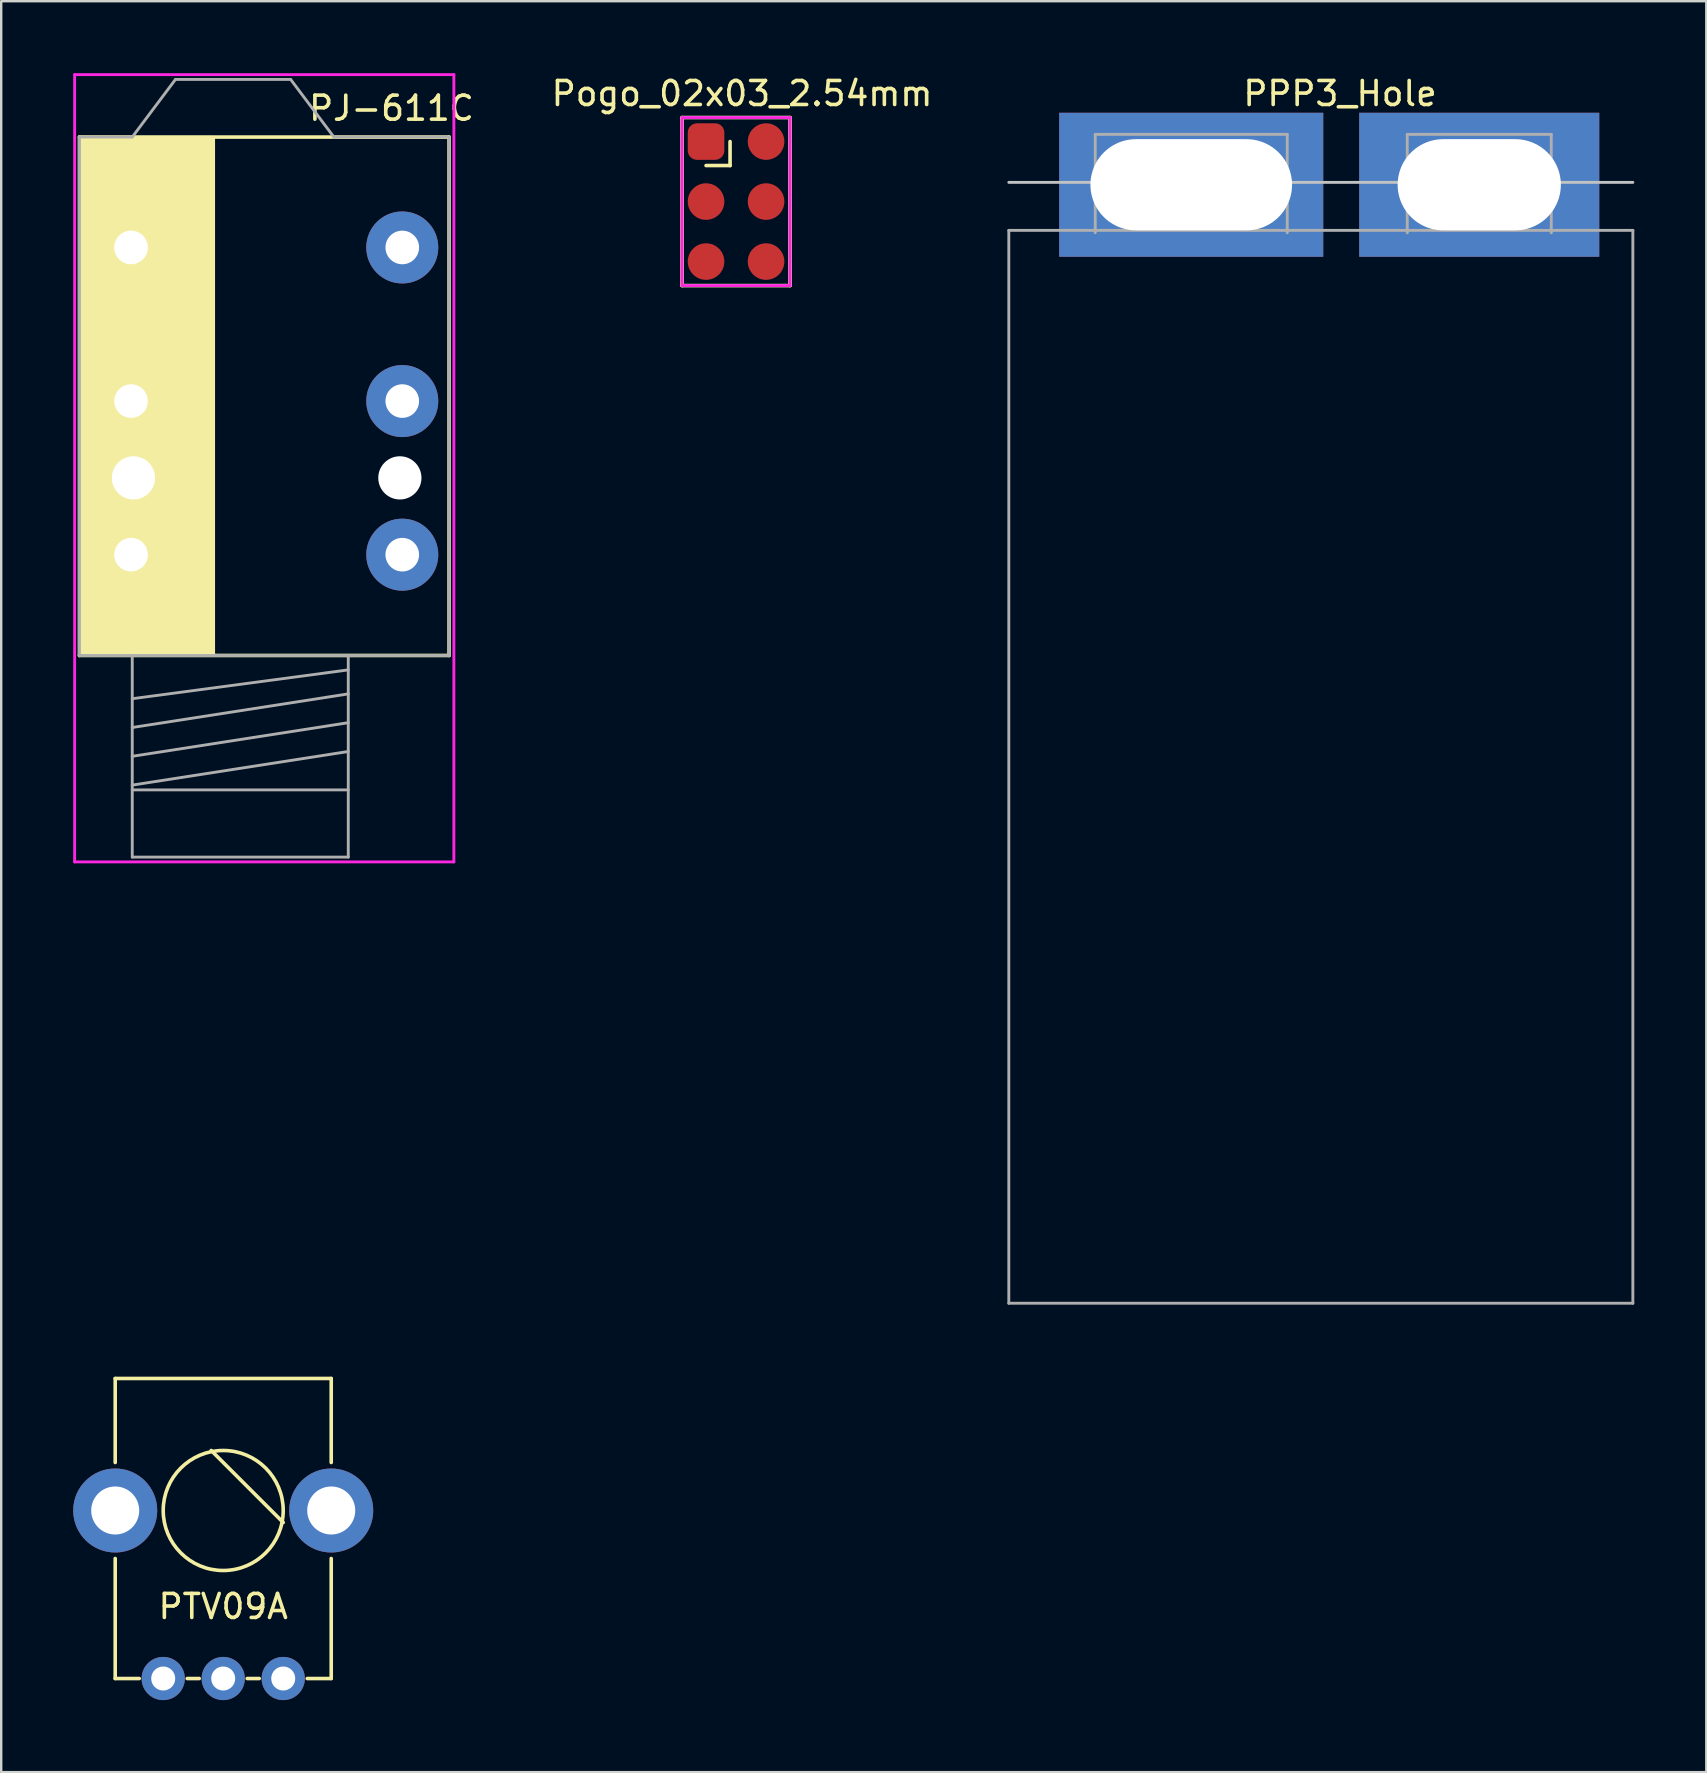
<source format=kicad_pcb>
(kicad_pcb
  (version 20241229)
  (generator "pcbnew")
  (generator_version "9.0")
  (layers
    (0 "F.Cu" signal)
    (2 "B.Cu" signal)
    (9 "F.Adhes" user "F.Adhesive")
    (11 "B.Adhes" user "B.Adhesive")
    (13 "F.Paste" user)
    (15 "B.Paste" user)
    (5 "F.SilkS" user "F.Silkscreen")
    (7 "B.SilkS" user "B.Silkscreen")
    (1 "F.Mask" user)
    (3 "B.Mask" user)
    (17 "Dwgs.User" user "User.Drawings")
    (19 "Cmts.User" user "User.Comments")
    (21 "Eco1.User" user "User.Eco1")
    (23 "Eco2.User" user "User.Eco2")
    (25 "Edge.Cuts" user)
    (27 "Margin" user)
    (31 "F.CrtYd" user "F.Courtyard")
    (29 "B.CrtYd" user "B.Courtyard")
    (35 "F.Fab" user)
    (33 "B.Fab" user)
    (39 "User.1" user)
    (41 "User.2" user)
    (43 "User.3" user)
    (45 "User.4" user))
  (footprint "PTV09A"
    (layer "F.Cu")
    (at 6.25 59.883)
    (property "Reference" "PTV09A" (at 0 4 0) (layer "F.SilkS") (effects (font (size 1 1) (thickness 0.15))))
    (attr through_hole)
    (fp_line (start -4.5 -5.5) (end 4.5 -5.5) (stroke (width 0.15) (type solid)) (layer "F.SilkS"))
    (fp_line (start -4.5 -2) (end -4.5 -5.5) (stroke (width 0.15) (type solid)) (layer "F.SilkS"))
    (fp_line (start -4.5 7) (end -4.5 2) (stroke (width 0.15) (type solid)) (layer "F.SilkS"))
    (fp_line (start -3.5 7) (end -4.5 7) (stroke (width 0.15) (type solid)) (layer "F.SilkS"))
    (fp_line (start -1.5 7) (end -1 7) (stroke (width 0.15) (type solid)) (layer "F.SilkS"))
    (fp_line (start -0.5 -2.5) (end 2.5 0.5) (stroke (width 0.15) (type solid)) (layer "F.SilkS"))
    (fp_line (start 1 7) (end 1.5 7) (stroke (width 0.15) (type solid)) (layer "F.SilkS"))
    (fp_line (start 3.5 7) (end 4.5 7) (stroke (width 0.15) (type solid)) (layer "F.SilkS"))
    (fp_line (start 4.5 -5.5) (end 4.5 -2) (stroke (width 0.15) (type solid)) (layer "F.SilkS"))
    (fp_line (start 4.5 7) (end 4.5 2) (stroke (width 0.15) (type solid)) (layer "F.SilkS"))
    (fp_circle (center 0 0) (end 2.5 0) (stroke (width 0.15) (type solid)) (fill no) (layer "F.SilkS"))
    (pad "1" thru_hole circle (at -2.5 7) (size 1.8 1.8) (drill 1) (layers "*.Cu" "*.Mask"))
    (pad "2" thru_hole circle (at 0 7) (size 1.8 1.8) (drill 1) (layers "*.Cu" "*.Mask"))
    (pad "3" thru_hole circle (at 2.5 7) (size 1.8 1.8) (drill 1) (layers "*.Cu" "*.Mask"))
    (pad "4" thru_hole circle (at -4.5 0) (size 3.5 3.5) (drill 2) (layers "*.Cu" "*.Mask"))
    (pad "4" thru_hole circle (at 4.5 0) (size 3.5 3.5) (drill 2) (layers "*.Cu" "*.Mask")))
  (footprint "Pogo_02x03_2.54mm"
    (layer "F.Cu")
    (at 26.367 2.848)
    (property "Reference" "Pogo_02x03_2.54mm" (at 1.5 -2 0) (layer "F.SilkS") (effects (font (size 1 1) (thickness 0.15))))
    (attr through_hole)
    (fp_line (start -1 -1) (end 3.5 -1) (stroke (width 0.15) (type solid)) (layer "F.SilkS"))
    (fp_line (start -1 6) (end -1 -1) (stroke (width 0.15) (type solid)) (layer "F.SilkS"))
    (fp_line (start 1 0) (end 1 1) (stroke (width 0.15) (type solid)) (layer "F.SilkS"))
    (fp_line (start 1 1) (end 0 1) (stroke (width 0.15) (type solid)) (layer "F.SilkS"))
    (fp_line (start 3.5 -1) (end 3.5 6) (stroke (width 0.15) (type solid)) (layer "F.SilkS"))
    (fp_line (start 3.5 6) (end -1 6) (stroke (width 0.15) (type solid)) (layer "F.SilkS"))
    (fp_line (start -1 -1) (end 3.5 -1) (stroke (width 0.12) (type solid)) (layer "F.CrtYd"))
    (fp_line (start -1 6) (end -1 -1) (stroke (width 0.12) (type solid)) (layer "F.CrtYd"))
    (fp_line (start 3.5 -1) (end 3.5 6) (stroke (width 0.12) (type solid)) (layer "F.CrtYd"))
    (fp_line (start 3.5 6) (end -1 6) (stroke (width 0.12) (type solid)) (layer "F.CrtYd"))
    (pad "1" smd roundrect (at 0 0) (size 1.524 1.524) (layers "F.Cu" "F.Mask" "F.Paste") (roundrect_rratio 0.25))
    (pad "2" smd circle (at 2.5 0) (size 1.524 1.524) (layers "F.Cu" "F.Mask" "F.Paste"))
    (pad "3" smd circle (at 0 2.5) (size 1.524 1.524) (layers "F.Cu" "F.Mask" "F.Paste"))
    (pad "4" smd circle (at 2.5 2.5) (size 1.524 1.524) (layers "F.Cu" "F.Mask" "F.Paste"))
    (pad "5" smd circle (at 0 5) (size 1.524 1.524) (layers "F.Cu" "F.Mask" "F.Paste"))
    (pad "6" smd circle (at 2.5 5) (size 1.524 1.524) (layers "F.Cu" "F.Mask" "F.Paste")))
  (footprint "PJ-611C"
    (layer "F.Cu")
    (at 6.66 16.86)
    (property "Reference" "PJ-611C" (at 6.6 -15.4 0) (layer "F.SilkS") (effects (font (size 1 1) (thickness 0.15))))
    (attr through_hole)
    (fp_line (start -6.4 -14.2) (end 9 -14.2) (stroke (width 0.15) (type solid)) (layer "F.SilkS"))
    (fp_line (start -6.4 7.4) (end -6.4 -14.2) (stroke (width 0.15) (type solid)) (layer "F.SilkS"))
    (fp_line (start 9 -14.2) (end 9 7.4) (stroke (width 0.15) (type solid)) (layer "F.SilkS"))
    (fp_line (start 9 7.4) (end -6.4 7.4) (stroke (width 0.15) (type solid)) (layer "F.SilkS"))
    (fp_poly (pts (xy -0.8 7.4) (xy -6.4 7.4) (xy -6.4 -14.2) (xy -0.8 -14.2)) (stroke (width 0.1) (type solid)) (fill yes) (layer "F.SilkS"))
    (fp_line (start -6.6 -16.8) (end 9.2 -16.8) (stroke (width 0.12) (type solid)) (layer "F.CrtYd"))
    (fp_line (start -6.6 16) (end -6.6 -16.8) (stroke (width 0.12) (type solid)) (layer "F.CrtYd"))
    (fp_line (start 9.2 -16.8) (end 9.2 16) (stroke (width 0.12) (type solid)) (layer "F.CrtYd"))
    (fp_line (start 9.2 16) (end -6.6 16) (stroke (width 0.12) (type solid)) (layer "F.CrtYd"))
    (fp_line (start -6.4 -14.2) (end -6.4 7.4) (stroke (width 0.12) (type solid)) (layer "F.Fab"))
    (fp_line (start -6.4 7.4) (end -4.2 7.4) (stroke (width 0.12) (type solid)) (layer "F.Fab"))
    (fp_line (start -4.2 -14.2) (end -6.4 -14.2) (stroke (width 0.12) (type solid)) (layer "F.Fab"))
    (fp_line (start -4.2 7.4) (end -4.2 15.8) (stroke (width 0.12) (type solid)) (layer "F.Fab"))
    (fp_line (start -4.2 7.4) (end 4.8 7.4) (stroke (width 0.12) (type solid)) (layer "F.Fab"))
    (fp_line (start -4.2 9.2) (end 4.8 8) (stroke (width 0.12) (type solid)) (layer "F.Fab"))
    (fp_line (start -4.2 10.4) (end 4.8 9) (stroke (width 0.12) (type solid)) (layer "F.Fab"))
    (fp_line (start -4.2 11.6) (end 4.8 10.2) (stroke (width 0.12) (type solid)) (layer "F.Fab"))
    (fp_line (start -4.2 12.8) (end 4.8 11.4) (stroke (width 0.12) (type solid)) (layer "F.Fab"))
    (fp_line (start -4.2 13) (end 4.8 13) (stroke (width 0.12) (type solid)) (layer "F.Fab"))
    (fp_line (start -4.2 15.8) (end 4.8 15.8) (stroke (width 0.12) (type solid)) (layer "F.Fab"))
    (fp_line (start -2.4 -16.6) (end -4.2 -14.2) (stroke (width 0.12) (type solid)) (layer "F.Fab"))
    (fp_line (start 2.4 -16.6) (end -2.4 -16.6) (stroke (width 0.12) (type solid)) (layer "F.Fab"))
    (fp_line (start 4.2 -14.2) (end 2.4 -16.6) (stroke (width 0.12) (type solid)) (layer "F.Fab"))
    (fp_line (start 4.8 7.4) (end 9 7.4) (stroke (width 0.12) (type solid)) (layer "F.Fab"))
    (fp_line (start 4.8 15.8) (end 4.8 7.4) (stroke (width 0.12) (type solid)) (layer "F.Fab"))
    (fp_line (start 9 -14.2) (end 4.2 -14.2) (stroke (width 0.12) (type solid)) (layer "F.Fab"))
    (fp_line (start 9 7.4) (end 9 -14.2) (stroke (width 0.12) (type solid)) (layer "F.Fab"))
    (pad "" np_thru_hole circle (at -4.15 0) (size 1.8 1.8) (drill 1.8) (layers "*.Cu" "*.Mask"))
    (pad "" np_thru_hole circle (at 6.95 0) (size 1.8 1.8) (drill 1.8) (layers "*.Cu" "*.Mask"))
    (pad "R" thru_hole circle (at 7.05 -3.2) (size 3 3) (drill 1.4) (layers "*.Cu" "*.Mask"))
    (pad "RN" thru_hole circle (at -4.25 -3.2) (size 3 3) (drill 1.4) (layers "*.Cu" "*.Mask"))
    (pad "S" thru_hole circle (at 7.05 3.2) (size 3 3) (drill 1.4) (layers "*.Cu" "*.Mask"))
    (pad "SN" thru_hole circle (at -4.25 3.2) (size 3 3) (drill 1.4) (layers "*.Cu" "*.Mask"))
    (pad "T" thru_hole circle (at 7.05 -9.6 90) (size 3 3) (drill 1.4) (layers "*.Cu" "*.Mask"))
    (pad "TN" thru_hole circle (at -4.25 -9.6) (size 3 3) (drill 1.4) (layers "*.Cu" "*.Mask")))
  (footprint "PPP3_Hole"
    (layer "F.Cu")
    (at 52.781 4.548)
    (property "Reference" "PPP3_Hole" (at 0 -3.7 0) (layer "F.SilkS") (effects (font (size 1 1) (thickness 0.15))))
    (attr through_hole)
    (fp_line (start 12.2 0) (end -13.8 0) (stroke (width 0.12) (type solid)) (layer "Dwgs.User"))
    (fp_line (start -13.8 2) (end 12.2 2) (stroke (width 0.12) (type solid)) (layer "F.Fab"))
    (fp_line (start -13.8 46.7) (end -13.8 2) (stroke (width 0.12) (type solid)) (layer "F.Fab"))
    (fp_line (start -10.2 2.1) (end -10.2 -2) (stroke (width 0.12) (type solid)) (layer "F.Fab"))
    (fp_line (start -2.2 -2) (end -10.2 -2) (stroke (width 0.12) (type solid)) (layer "F.Fab"))
    (fp_line (start -2.2 2.1) (end -2.2 -2) (stroke (width 0.12) (type solid)) (layer "F.Fab"))
    (fp_line (start 2.8 2.1) (end 2.8 -2) (stroke (width 0.12) (type solid)) (layer "F.Fab"))
    (fp_line (start 8.8 -2) (end 2.8 -2) (stroke (width 0.12) (type solid)) (layer "F.Fab"))
    (fp_line (start 8.8 2.1) (end 8.8 -2) (stroke (width 0.12) (type solid)) (layer "F.Fab"))
    (fp_line (start 12.2 2) (end 12.2 46.7) (stroke (width 0.12) (type solid)) (layer "F.Fab"))
    (fp_line (start 12.2 46.7) (end -13.8 46.7) (stroke (width 0.12) (type solid)) (layer "F.Fab"))
    (pad "1" thru_hole rect (at 5.8 0.1) (size 10 6) (drill oval 6.8 3.8) (layers "*.Cu" "F.Mask"))
    (pad "2" thru_hole rect (at -6.2 0.1) (size 11 6) (drill oval 8.4 3.8) (layers "*.Cu" "F.Mask")))
  (gr_rect
    (start -3 -3)
    (end 68.041 70.783)
    (stroke (width 0.1) (type default))
    (fill no)
    (layer "Edge.Cuts")))
</source>
